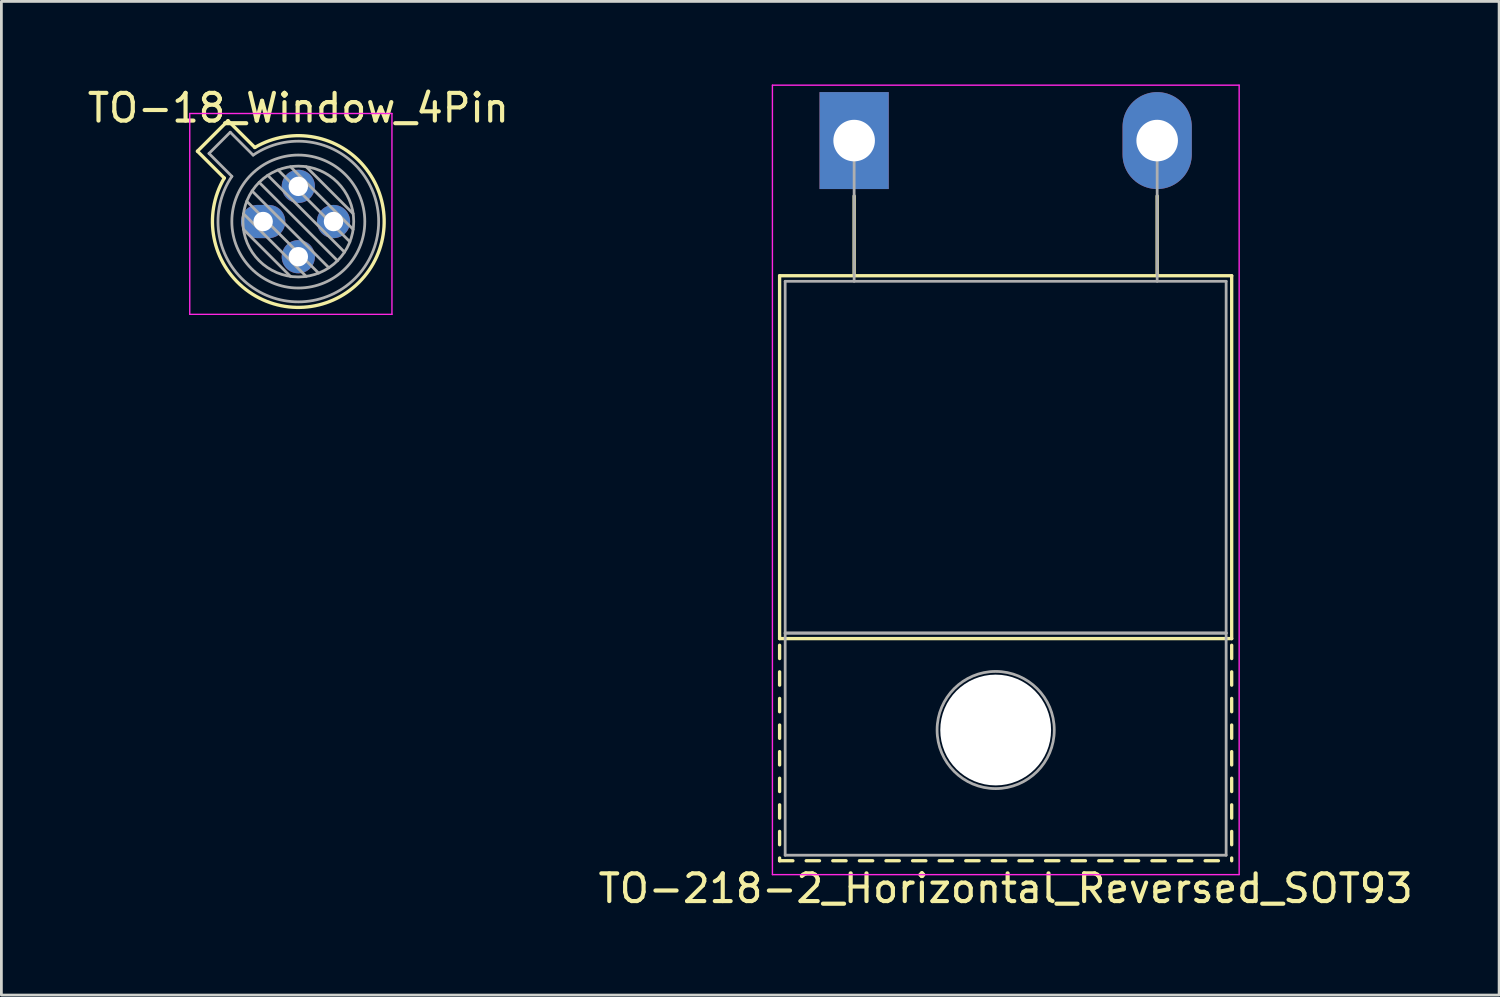
<source format=kicad_pcb>
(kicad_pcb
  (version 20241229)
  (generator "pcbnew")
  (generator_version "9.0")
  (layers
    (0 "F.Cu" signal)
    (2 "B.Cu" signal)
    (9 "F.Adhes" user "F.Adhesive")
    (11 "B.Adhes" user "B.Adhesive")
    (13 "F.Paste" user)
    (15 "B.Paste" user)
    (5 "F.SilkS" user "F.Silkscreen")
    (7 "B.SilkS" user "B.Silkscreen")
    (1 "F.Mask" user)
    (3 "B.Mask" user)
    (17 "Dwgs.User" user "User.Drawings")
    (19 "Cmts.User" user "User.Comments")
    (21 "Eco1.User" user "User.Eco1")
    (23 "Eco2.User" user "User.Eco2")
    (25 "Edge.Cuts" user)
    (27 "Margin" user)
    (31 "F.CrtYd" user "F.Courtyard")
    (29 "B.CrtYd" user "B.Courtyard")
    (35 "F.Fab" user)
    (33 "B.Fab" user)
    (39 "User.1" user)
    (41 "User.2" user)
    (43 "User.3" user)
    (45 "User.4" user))
  (footprint "TO-218-2_Horizontal_Reversed_SOT93"
    (layer "F.Cu")
    (at 27.786 2.025)
    (property "Reference" "TO-218-2_Horizontal_Reversed_SOT93" (at 5.47 27 0) (layer "F.SilkS") (effects (font (size 1 1) (thickness 0.15))))
    (attr through_hole)
    (fp_line (start -2.691 4.88) (end -2.691 17.98) (stroke (width 0.12) (type solid)) (layer "F.SilkS"))
    (fp_line (start -2.691 4.88) (end 13.63 4.88) (stroke (width 0.12) (type solid)) (layer "F.SilkS"))
    (fp_line (start -2.691 17.98) (end 13.63 17.98) (stroke (width 0.12) (type solid)) (layer "F.SilkS"))
    (fp_line (start -2.691 18.22) (end -2.691 18.7) (stroke (width 0.12) (type solid)) (layer "F.SilkS"))
    (fp_line (start -2.691 19.18) (end -2.691 19.66) (stroke (width 0.12) (type solid)) (layer "F.SilkS"))
    (fp_line (start -2.691 20.14) (end -2.691 20.62) (stroke (width 0.12) (type solid)) (layer "F.SilkS"))
    (fp_line (start -2.691 21.1) (end -2.691 21.58) (stroke (width 0.12) (type solid)) (layer "F.SilkS"))
    (fp_line (start -2.691 22.06) (end -2.691 22.541) (stroke (width 0.12) (type solid)) (layer "F.SilkS"))
    (fp_line (start -2.691 23.021) (end -2.691 23.501) (stroke (width 0.12) (type solid)) (layer "F.SilkS"))
    (fp_line (start -2.691 23.981) (end -2.691 24.461) (stroke (width 0.12) (type solid)) (layer "F.SilkS"))
    (fp_line (start -2.691 24.941) (end -2.691 25.421) (stroke (width 0.12) (type solid)) (layer "F.SilkS"))
    (fp_line (start -2.691 25.901) (end -2.691 26) (stroke (width 0.12) (type solid)) (layer "F.SilkS"))
    (fp_line (start -2.691 26) (end -2.211 26) (stroke (width 0.12) (type solid)) (layer "F.SilkS"))
    (fp_line (start -1.731 26) (end -1.251 26) (stroke (width 0.12) (type solid)) (layer "F.SilkS"))
    (fp_line (start -0.771 26) (end -0.291 26) (stroke (width 0.12) (type solid)) (layer "F.SilkS"))
    (fp_line (start 0 2) (end 0 4.88) (stroke (width 0.12) (type solid)) (layer "F.SilkS"))
    (fp_line (start 0.19 26) (end 0.67 26) (stroke (width 0.12) (type solid)) (layer "F.SilkS"))
    (fp_line (start 1.15 26) (end 1.63 26) (stroke (width 0.12) (type solid)) (layer "F.SilkS"))
    (fp_line (start 2.11 26) (end 2.59 26) (stroke (width 0.12) (type solid)) (layer "F.SilkS"))
    (fp_line (start 3.07 26) (end 3.55 26) (stroke (width 0.12) (type solid)) (layer "F.SilkS"))
    (fp_line (start 4.03 26) (end 4.51 26) (stroke (width 0.12) (type solid)) (layer "F.SilkS"))
    (fp_line (start 4.99 26) (end 5.471 26) (stroke (width 0.12) (type solid)) (layer "F.SilkS"))
    (fp_line (start 5.951 26) (end 6.431 26) (stroke (width 0.12) (type solid)) (layer "F.SilkS"))
    (fp_line (start 6.911 26) (end 7.391 26) (stroke (width 0.12) (type solid)) (layer "F.SilkS"))
    (fp_line (start 7.871 26) (end 8.351 26) (stroke (width 0.12) (type solid)) (layer "F.SilkS"))
    (fp_line (start 8.831 26) (end 9.311 26) (stroke (width 0.12) (type solid)) (layer "F.SilkS"))
    (fp_line (start 9.791 26) (end 10.271 26) (stroke (width 0.12) (type solid)) (layer "F.SilkS"))
    (fp_line (start 10.751 26) (end 11.231 26) (stroke (width 0.12) (type solid)) (layer "F.SilkS"))
    (fp_line (start 10.94 2) (end 10.94 4.88) (stroke (width 0.12) (type solid)) (layer "F.SilkS"))
    (fp_line (start 11.711 26) (end 12.191 26) (stroke (width 0.12) (type solid)) (layer "F.SilkS"))
    (fp_line (start 12.671 26) (end 13.151 26) (stroke (width 0.12) (type solid)) (layer "F.SilkS"))
    (fp_line (start 13.63 4.88) (end 13.63 17.98) (stroke (width 0.12) (type solid)) (layer "F.SilkS"))
    (fp_line (start 13.63 18.22) (end 13.63 18.7) (stroke (width 0.12) (type solid)) (layer "F.SilkS"))
    (fp_line (start 13.63 19.18) (end 13.63 19.66) (stroke (width 0.12) (type solid)) (layer "F.SilkS"))
    (fp_line (start 13.63 20.14) (end 13.63 20.62) (stroke (width 0.12) (type solid)) (layer "F.SilkS"))
    (fp_line (start 13.63 21.1) (end 13.63 21.58) (stroke (width 0.12) (type solid)) (layer "F.SilkS"))
    (fp_line (start 13.63 22.06) (end 13.63 22.541) (stroke (width 0.12) (type solid)) (layer "F.SilkS"))
    (fp_line (start 13.63 23.021) (end 13.63 23.501) (stroke (width 0.12) (type solid)) (layer "F.SilkS"))
    (fp_line (start 13.63 23.981) (end 13.63 24.461) (stroke (width 0.12) (type solid)) (layer "F.SilkS"))
    (fp_line (start 13.63 24.941) (end 13.63 25.421) (stroke (width 0.12) (type solid)) (layer "F.SilkS"))
    (fp_line (start 13.63 25.901) (end 13.63 26) (stroke (width 0.12) (type solid)) (layer "F.SilkS"))
    (fp_line (start -2.95 -2) (end -2.95 26.5) (stroke (width 0.05) (type solid)) (layer "F.CrtYd"))
    (fp_line (start -2.95 26.5) (end 13.9 26.5) (stroke (width 0.05) (type solid)) (layer "F.CrtYd"))
    (fp_line (start 13.9 -2) (end -2.95 -2) (stroke (width 0.05) (type solid)) (layer "F.CrtYd"))
    (fp_line (start 13.9 26.5) (end 13.9 -2) (stroke (width 0.05) (type solid)) (layer "F.CrtYd"))
    (fp_line (start -2.49 5.08) (end -2.49 17.78) (stroke (width 0.1) (type solid)) (layer "F.Fab"))
    (fp_line (start -2.49 17.78) (end -2.49 25.8) (stroke (width 0.1) (type solid)) (layer "F.Fab"))
    (fp_line (start -2.49 17.78) (end 13.43 17.78) (stroke (width 0.1) (type solid)) (layer "F.Fab"))
    (fp_line (start -2.49 25.8) (end 13.43 25.8) (stroke (width 0.1) (type solid)) (layer "F.Fab"))
    (fp_line (start 0 5.08) (end 0 0) (stroke (width 0.1) (type solid)) (layer "F.Fab"))
    (fp_line (start 10.94 5.08) (end 10.94 0) (stroke (width 0.1) (type solid)) (layer "F.Fab"))
    (fp_line (start 13.43 5.08) (end -2.49 5.08) (stroke (width 0.1) (type solid)) (layer "F.Fab"))
    (fp_line (start 13.43 17.78) (end -2.49 17.78) (stroke (width 0.1) (type solid)) (layer "F.Fab"))
    (fp_line (start 13.43 17.78) (end 13.43 5.08) (stroke (width 0.1) (type solid)) (layer "F.Fab"))
    (fp_line (start 13.43 25.8) (end 13.43 17.78) (stroke (width 0.1) (type solid)) (layer "F.Fab"))
    (fp_circle (center 5.11 21.28) (end 7.225 21.28) (stroke (width 0.1) (type solid)) (fill no) (layer "F.Fab"))
    (pad "" np_thru_hole oval (at 5.11 21.28) (size 4 4) (drill 4) (layers "*.Cu" "*.Mask"))
    (pad "1" thru_hole rect (at 0 0) (size 2.5 3.5) (drill 1.5) (layers "*.Cu" "*.Mask"))
    (pad "2" thru_hole oval (at 10.94 0) (size 2.5 3.5) (drill 1.5) (layers "*.Cu" "*.Mask")))
  (footprint "TO-18_Window_4Pin"
    (layer "F.Cu")
    (at 6.45 4.948)
    (property "Reference" "TO-18_Window_4Pin" (at 1.27 -4.1 0) (layer "F.SilkS") (effects (font (size 1 1) (thickness 0.15))))
    (attr through_hole)
    (fp_line (start -2.372 -2.539) (end -1.403 -1.57) (stroke (width 0.12) (type solid)) (layer "F.SilkS"))
    (fp_line (start -1.269 -3.642) (end -2.372 -2.539) (stroke (width 0.12) (type solid)) (layer "F.SilkS"))
    (fp_line (start -0.3 -2.673) (end -1.269 -3.642) (stroke (width 0.12) (type solid)) (layer "F.SilkS"))
    (fp_arc (start -0.299966 -2.673052) (mid 3.462031 2.192031) (end -1.403052 -1.569965) (stroke (width 0.12) (type solid)) (layer "F.SilkS"))
    (fp_line (start -2.65 -3.9) (end -2.65 3.35) (stroke (width 0.05) (type solid)) (layer "F.CrtYd"))
    (fp_line (start -2.65 3.35) (end 4.65 3.35) (stroke (width 0.05) (type solid)) (layer "F.CrtYd"))
    (fp_line (start 4.65 -3.9) (end -2.65 -3.9) (stroke (width 0.05) (type solid)) (layer "F.CrtYd"))
    (fp_line (start 4.65 3.35) (end 4.65 -3.9) (stroke (width 0.05) (type solid)) (layer "F.CrtYd"))
    (fp_line (start -1.955 -2.458) (end -1.128 -1.631) (stroke (width 0.1) (type solid)) (layer "F.Fab"))
    (fp_line (start -1.188 -3.225) (end -1.955 -2.458) (stroke (width 0.1) (type solid)) (layer "F.Fab"))
    (fp_line (start -0.71 -0.283) (end 1.553 1.98) (stroke (width 0.1) (type solid)) (layer "F.Fab"))
    (fp_line (start -0.71 0.283) (end 0.987 1.98) (stroke (width 0.1) (type solid)) (layer "F.Fab"))
    (fp_line (start -0.592 -0.731) (end 2.001 1.862) (stroke (width 0.1) (type solid)) (layer "F.Fab"))
    (fp_line (start -0.399 -1.103) (end 2.373 1.669) (stroke (width 0.1) (type solid)) (layer "F.Fab"))
    (fp_line (start -0.361 -2.398) (end -1.188 -3.225) (stroke (width 0.1) (type solid)) (layer "F.Fab"))
    (fp_line (start -0.145 -1.415) (end 2.685 1.415) (stroke (width 0.1) (type solid)) (layer "F.Fab"))
    (fp_line (start 0.167 -1.669) (end 2.939 1.103) (stroke (width 0.1) (type solid)) (layer "F.Fab"))
    (fp_line (start 0.539 -1.862) (end 3.132 0.731) (stroke (width 0.1) (type solid)) (layer "F.Fab"))
    (fp_line (start 0.987 -1.98) (end 3.25 0.283) (stroke (width 0.1) (type solid)) (layer "F.Fab"))
    (fp_line (start 1.553 -1.98) (end 3.25 -0.283) (stroke (width 0.1) (type solid)) (layer "F.Fab"))
    (fp_arc (start -0.360736 -2.398061) (mid 3.320609 2.050609) (end -1.128061 -1.630736) (stroke (width 0.1) (type solid)) (layer "F.Fab"))
    (fp_circle (center 1.27 0) (end 3.27 0) (stroke (width 0.1) (type solid)) (fill no) (layer "F.Fab"))
    (fp_circle (center 1.27 0) (end 3.67 0) (stroke (width 0.1) (type solid)) (fill no) (layer "F.Fab"))
    (pad "1" thru_hole oval (at 0 0) (size 1.6 1.2) (drill 0.7) (layers "*.Cu" "*.Mask"))
    (pad "2" thru_hole oval (at 1.27 1.27) (size 1.2 1.2) (drill 0.7) (layers "*.Cu" "*.Mask"))
    (pad "3" thru_hole oval (at 2.54 0) (size 1.2 1.2) (drill 0.7) (layers "*.Cu" "*.Mask"))
    (pad "4" thru_hole oval (at 1.27 -1.27) (size 1.2 1.2) (drill 0.7) (layers "*.Cu" "*.Mask")))
  (gr_rect
    (start -3 -3)
    (end 51.071 32.873)
    (stroke (width 0.1) (type default))
    (fill no)
    (layer "Edge.Cuts")))
</source>
